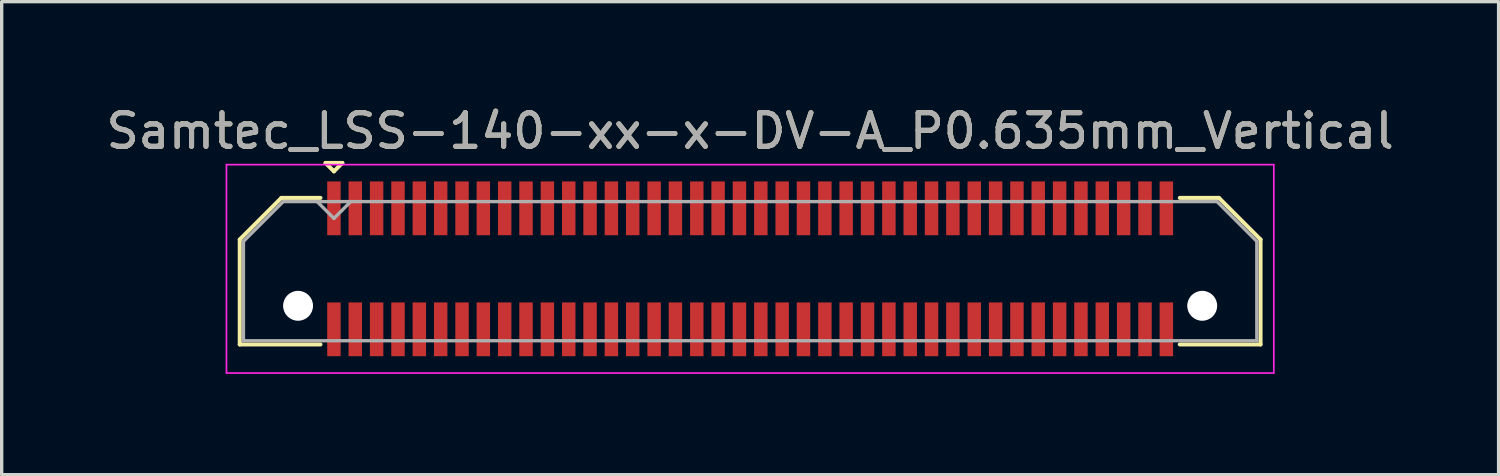
<source format=kicad_pcb>
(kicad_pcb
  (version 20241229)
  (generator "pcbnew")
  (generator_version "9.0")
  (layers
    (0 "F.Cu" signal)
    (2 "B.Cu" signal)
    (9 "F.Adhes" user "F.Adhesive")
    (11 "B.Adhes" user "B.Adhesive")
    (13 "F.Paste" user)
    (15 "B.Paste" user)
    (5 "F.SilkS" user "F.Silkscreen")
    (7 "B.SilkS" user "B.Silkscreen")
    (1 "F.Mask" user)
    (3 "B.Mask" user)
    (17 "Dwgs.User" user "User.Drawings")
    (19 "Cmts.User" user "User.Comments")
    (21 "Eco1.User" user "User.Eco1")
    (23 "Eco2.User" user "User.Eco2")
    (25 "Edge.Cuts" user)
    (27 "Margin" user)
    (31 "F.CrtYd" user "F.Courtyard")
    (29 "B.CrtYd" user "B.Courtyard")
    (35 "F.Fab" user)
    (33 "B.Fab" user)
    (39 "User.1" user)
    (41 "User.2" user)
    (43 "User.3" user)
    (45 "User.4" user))
  (footprint "Samtec_LSS-140-xx-x-DV-A_P0.635mm_Vertical"
    (layer "F.Cu")
    (at 19.268 4.948)
    (property "Reference" "Samtec_LSS-140-xx-x-DV-A_P0.635mm_Vertical" (at 0 -4.1 0) (layer "F.SilkS") (effects (font (size 1 1) (thickness 0.15))))
    (attr smd)
    (fp_line (start -15.185 -0.872) (end -15.185 2.25) (stroke (width 0.12) (type solid)) (layer "F.SilkS"))
    (fp_line (start -15.185 2.25) (end -12.783 2.25) (stroke (width 0.12) (type solid)) (layer "F.SilkS"))
    (fp_line (start -13.947 -2.11) (end -15.185 -0.872) (stroke (width 0.12) (type solid)) (layer "F.SilkS"))
    (fp_line (start -12.783 -2.11) (end -13.947 -2.11) (stroke (width 0.12) (type solid)) (layer "F.SilkS"))
    (fp_line (start -12.633 -3.15) (end -12.133 -3.15) (stroke (width 0.12) (type solid)) (layer "F.SilkS"))
    (fp_line (start -12.383 -2.9) (end -12.633 -3.15) (stroke (width 0.12) (type solid)) (layer "F.SilkS"))
    (fp_line (start -12.133 -3.15) (end -12.383 -2.9) (stroke (width 0.12) (type solid)) (layer "F.SilkS"))
    (fp_line (start 12.783 -2.11) (end 13.947 -2.11) (stroke (width 0.12) (type solid)) (layer "F.SilkS"))
    (fp_line (start 13.947 -2.11) (end 15.185 -0.872) (stroke (width 0.12) (type solid)) (layer "F.SilkS"))
    (fp_line (start 15.185 -0.872) (end 15.185 2.25) (stroke (width 0.12) (type solid)) (layer "F.SilkS"))
    (fp_line (start 15.185 2.25) (end 12.783 2.25) (stroke (width 0.12) (type solid)) (layer "F.SilkS"))
    (fp_line (start -15.58 -3.1) (end -15.58 3.1) (stroke (width 0.05) (type solid)) (layer "F.CrtYd"))
    (fp_line (start -15.58 3.1) (end 15.58 3.1) (stroke (width 0.05) (type solid)) (layer "F.CrtYd"))
    (fp_line (start 15.58 -3.1) (end -15.58 -3.1) (stroke (width 0.05) (type solid)) (layer "F.CrtYd"))
    (fp_line (start 15.58 3.1) (end 15.58 -3.1) (stroke (width 0.05) (type solid)) (layer "F.CrtYd"))
    (fp_line (start -15.075 -0.817) (end -15.075 2.14) (stroke (width 0.1) (type solid)) (layer "F.Fab"))
    (fp_line (start -15.075 2.14) (end 15.075 2.14) (stroke (width 0.1) (type solid)) (layer "F.Fab"))
    (fp_line (start -13.892 -2) (end -15.075 -0.817) (stroke (width 0.1) (type solid)) (layer "F.Fab"))
    (fp_line (start -12.383 -1.5) (end -12.883 -2) (stroke (width 0.1) (type solid)) (layer "F.Fab"))
    (fp_line (start -11.883 -2) (end -12.383 -1.5) (stroke (width 0.1) (type solid)) (layer "F.Fab"))
    (fp_line (start 13.892 -2) (end -13.892 -2) (stroke (width 0.1) (type solid)) (layer "F.Fab"))
    (fp_line (start 15.075 -0.817) (end 13.892 -2) (stroke (width 0.1) (type solid)) (layer "F.Fab"))
    (fp_line (start 15.075 2.14) (end 15.075 -0.817) (stroke (width 0.1) (type solid)) (layer "F.Fab"))
    (fp_text user "${REFERENCE}" (at 0 -4.1 0) (layer "F.Fab") (effects (font (size 1 1) (thickness 0.15))))
    (pad "" np_thru_hole circle (at -13.45 1.1) (size 0.89 0.89) (drill 0.89) (layers "*.Cu" "*.Mask"))
    (pad "" np_thru_hole circle (at 13.45 1.1) (size 0.89 0.89) (drill 0.89) (layers "*.Cu" "*.Mask"))
    (pad "1" smd rect (at -12.383 -1.8) (size 0.4 1.6) (layers "F.Cu" "F.Mask" "F.Paste"))
    (pad "2" smd rect (at -12.383 1.8) (size 0.4 1.6) (layers "F.Cu" "F.Mask" "F.Paste"))
    (pad "3" smd rect (at -11.748 -1.8) (size 0.4 1.6) (layers "F.Cu" "F.Mask" "F.Paste"))
    (pad "4" smd rect (at -11.748 1.8) (size 0.4 1.6) (layers "F.Cu" "F.Mask" "F.Paste"))
    (pad "5" smd rect (at -11.113 -1.8) (size 0.4 1.6) (layers "F.Cu" "F.Mask" "F.Paste"))
    (pad "6" smd rect (at -11.113 1.8) (size 0.4 1.6) (layers "F.Cu" "F.Mask" "F.Paste"))
    (pad "7" smd rect (at -10.477 -1.8) (size 0.4 1.6) (layers "F.Cu" "F.Mask" "F.Paste"))
    (pad "8" smd rect (at -10.477 1.8) (size 0.4 1.6) (layers "F.Cu" "F.Mask" "F.Paste"))
    (pad "9" smd rect (at -9.842 -1.8) (size 0.4 1.6) (layers "F.Cu" "F.Mask" "F.Paste"))
    (pad "10" smd rect (at -9.842 1.8) (size 0.4 1.6) (layers "F.Cu" "F.Mask" "F.Paste"))
    (pad "11" smd rect (at -9.207 -1.8) (size 0.4 1.6) (layers "F.Cu" "F.Mask" "F.Paste"))
    (pad "12" smd rect (at -9.207 1.8) (size 0.4 1.6) (layers "F.Cu" "F.Mask" "F.Paste"))
    (pad "13" smd rect (at -8.572 -1.8) (size 0.4 1.6) (layers "F.Cu" "F.Mask" "F.Paste"))
    (pad "14" smd rect (at -8.572 1.8) (size 0.4 1.6) (layers "F.Cu" "F.Mask" "F.Paste"))
    (pad "15" smd rect (at -7.938 -1.8) (size 0.4 1.6) (layers "F.Cu" "F.Mask" "F.Paste"))
    (pad "16" smd rect (at -7.938 1.8) (size 0.4 1.6) (layers "F.Cu" "F.Mask" "F.Paste"))
    (pad "17" smd rect (at -7.303 -1.8) (size 0.4 1.6) (layers "F.Cu" "F.Mask" "F.Paste"))
    (pad "18" smd rect (at -7.303 1.8) (size 0.4 1.6) (layers "F.Cu" "F.Mask" "F.Paste"))
    (pad "19" smd rect (at -6.668 -1.8) (size 0.4 1.6) (layers "F.Cu" "F.Mask" "F.Paste"))
    (pad "20" smd rect (at -6.668 1.8) (size 0.4 1.6) (layers "F.Cu" "F.Mask" "F.Paste"))
    (pad "21" smd rect (at -6.032 -1.8) (size 0.4 1.6) (layers "F.Cu" "F.Mask" "F.Paste"))
    (pad "22" smd rect (at -6.032 1.8) (size 0.4 1.6) (layers "F.Cu" "F.Mask" "F.Paste"))
    (pad "23" smd rect (at -5.397 -1.8) (size 0.4 1.6) (layers "F.Cu" "F.Mask" "F.Paste"))
    (pad "24" smd rect (at -5.397 1.8) (size 0.4 1.6) (layers "F.Cu" "F.Mask" "F.Paste"))
    (pad "25" smd rect (at -4.763 -1.8) (size 0.4 1.6) (layers "F.Cu" "F.Mask" "F.Paste"))
    (pad "26" smd rect (at -4.763 1.8) (size 0.4 1.6) (layers "F.Cu" "F.Mask" "F.Paste"))
    (pad "27" smd rect (at -4.128 -1.8) (size 0.4 1.6) (layers "F.Cu" "F.Mask" "F.Paste"))
    (pad "28" smd rect (at -4.128 1.8) (size 0.4 1.6) (layers "F.Cu" "F.Mask" "F.Paste"))
    (pad "29" smd rect (at -3.493 -1.8) (size 0.4 1.6) (layers "F.Cu" "F.Mask" "F.Paste"))
    (pad "30" smd rect (at -3.493 1.8) (size 0.4 1.6) (layers "F.Cu" "F.Mask" "F.Paste"))
    (pad "31" smd rect (at -2.857 -1.8) (size 0.4 1.6) (layers "F.Cu" "F.Mask" "F.Paste"))
    (pad "32" smd rect (at -2.857 1.8) (size 0.4 1.6) (layers "F.Cu" "F.Mask" "F.Paste"))
    (pad "33" smd rect (at -2.223 -1.8) (size 0.4 1.6) (layers "F.Cu" "F.Mask" "F.Paste"))
    (pad "34" smd rect (at -2.223 1.8) (size 0.4 1.6) (layers "F.Cu" "F.Mask" "F.Paste"))
    (pad "35" smd rect (at -1.587 -1.8) (size 0.4 1.6) (layers "F.Cu" "F.Mask" "F.Paste"))
    (pad "36" smd rect (at -1.587 1.8) (size 0.4 1.6) (layers "F.Cu" "F.Mask" "F.Paste"))
    (pad "37" smd rect (at -0.953 -1.8) (size 0.4 1.6) (layers "F.Cu" "F.Mask" "F.Paste"))
    (pad "38" smd rect (at -0.953 1.8) (size 0.4 1.6) (layers "F.Cu" "F.Mask" "F.Paste"))
    (pad "39" smd rect (at -0.318 -1.8) (size 0.4 1.6) (layers "F.Cu" "F.Mask" "F.Paste"))
    (pad "40" smd rect (at -0.318 1.8) (size 0.4 1.6) (layers "F.Cu" "F.Mask" "F.Paste"))
    (pad "41" smd rect (at 0.318 -1.8) (size 0.4 1.6) (layers "F.Cu" "F.Mask" "F.Paste"))
    (pad "42" smd rect (at 0.318 1.8) (size 0.4 1.6) (layers "F.Cu" "F.Mask" "F.Paste"))
    (pad "43" smd rect (at 0.953 -1.8) (size 0.4 1.6) (layers "F.Cu" "F.Mask" "F.Paste"))
    (pad "44" smd rect (at 0.953 1.8) (size 0.4 1.6) (layers "F.Cu" "F.Mask" "F.Paste"))
    (pad "45" smd rect (at 1.587 -1.8) (size 0.4 1.6) (layers "F.Cu" "F.Mask" "F.Paste"))
    (pad "46" smd rect (at 1.587 1.8) (size 0.4 1.6) (layers "F.Cu" "F.Mask" "F.Paste"))
    (pad "47" smd rect (at 2.223 -1.8) (size 0.4 1.6) (layers "F.Cu" "F.Mask" "F.Paste"))
    (pad "48" smd rect (at 2.223 1.8) (size 0.4 1.6) (layers "F.Cu" "F.Mask" "F.Paste"))
    (pad "49" smd rect (at 2.857 -1.8) (size 0.4 1.6) (layers "F.Cu" "F.Mask" "F.Paste"))
    (pad "50" smd rect (at 2.857 1.8) (size 0.4 1.6) (layers "F.Cu" "F.Mask" "F.Paste"))
    (pad "51" smd rect (at 3.493 -1.8) (size 0.4 1.6) (layers "F.Cu" "F.Mask" "F.Paste"))
    (pad "52" smd rect (at 3.493 1.8) (size 0.4 1.6) (layers "F.Cu" "F.Mask" "F.Paste"))
    (pad "53" smd rect (at 4.128 -1.8) (size 0.4 1.6) (layers "F.Cu" "F.Mask" "F.Paste"))
    (pad "54" smd rect (at 4.128 1.8) (size 0.4 1.6) (layers "F.Cu" "F.Mask" "F.Paste"))
    (pad "55" smd rect (at 4.763 -1.8) (size 0.4 1.6) (layers "F.Cu" "F.Mask" "F.Paste"))
    (pad "56" smd rect (at 4.763 1.8) (size 0.4 1.6) (layers "F.Cu" "F.Mask" "F.Paste"))
    (pad "57" smd rect (at 5.397 -1.8) (size 0.4 1.6) (layers "F.Cu" "F.Mask" "F.Paste"))
    (pad "58" smd rect (at 5.397 1.8) (size 0.4 1.6) (layers "F.Cu" "F.Mask" "F.Paste"))
    (pad "59" smd rect (at 6.032 -1.8) (size 0.4 1.6) (layers "F.Cu" "F.Mask" "F.Paste"))
    (pad "60" smd rect (at 6.032 1.8) (size 0.4 1.6) (layers "F.Cu" "F.Mask" "F.Paste"))
    (pad "61" smd rect (at 6.668 -1.8) (size 0.4 1.6) (layers "F.Cu" "F.Mask" "F.Paste"))
    (pad "62" smd rect (at 6.668 1.8) (size 0.4 1.6) (layers "F.Cu" "F.Mask" "F.Paste"))
    (pad "63" smd rect (at 7.303 -1.8) (size 0.4 1.6) (layers "F.Cu" "F.Mask" "F.Paste"))
    (pad "64" smd rect (at 7.303 1.8) (size 0.4 1.6) (layers "F.Cu" "F.Mask" "F.Paste"))
    (pad "65" smd rect (at 7.938 -1.8) (size 0.4 1.6) (layers "F.Cu" "F.Mask" "F.Paste"))
    (pad "66" smd rect (at 7.938 1.8) (size 0.4 1.6) (layers "F.Cu" "F.Mask" "F.Paste"))
    (pad "67" smd rect (at 8.572 -1.8) (size 0.4 1.6) (layers "F.Cu" "F.Mask" "F.Paste"))
    (pad "68" smd rect (at 8.572 1.8) (size 0.4 1.6) (layers "F.Cu" "F.Mask" "F.Paste"))
    (pad "69" smd rect (at 9.207 -1.8) (size 0.4 1.6) (layers "F.Cu" "F.Mask" "F.Paste"))
    (pad "70" smd rect (at 9.207 1.8) (size 0.4 1.6) (layers "F.Cu" "F.Mask" "F.Paste"))
    (pad "71" smd rect (at 9.842 -1.8) (size 0.4 1.6) (layers "F.Cu" "F.Mask" "F.Paste"))
    (pad "72" smd rect (at 9.842 1.8) (size 0.4 1.6) (layers "F.Cu" "F.Mask" "F.Paste"))
    (pad "73" smd rect (at 10.477 -1.8) (size 0.4 1.6) (layers "F.Cu" "F.Mask" "F.Paste"))
    (pad "74" smd rect (at 10.477 1.8) (size 0.4 1.6) (layers "F.Cu" "F.Mask" "F.Paste"))
    (pad "75" smd rect (at 11.113 -1.8) (size 0.4 1.6) (layers "F.Cu" "F.Mask" "F.Paste"))
    (pad "76" smd rect (at 11.113 1.8) (size 0.4 1.6) (layers "F.Cu" "F.Mask" "F.Paste"))
    (pad "77" smd rect (at 11.748 -1.8) (size 0.4 1.6) (layers "F.Cu" "F.Mask" "F.Paste"))
    (pad "78" smd rect (at 11.748 1.8) (size 0.4 1.6) (layers "F.Cu" "F.Mask" "F.Paste"))
    (pad "79" smd rect (at 12.383 -1.8) (size 0.4 1.6) (layers "F.Cu" "F.Mask" "F.Paste"))
    (pad "80" smd rect (at 12.383 1.8) (size 0.4 1.6) (layers "F.Cu" "F.Mask" "F.Paste")))
  (gr_rect
    (start -3 -3)
    (end 41.536 11.073)
    (stroke (width 0.1) (type default))
    (fill no)
    (layer "Edge.Cuts")))
</source>
